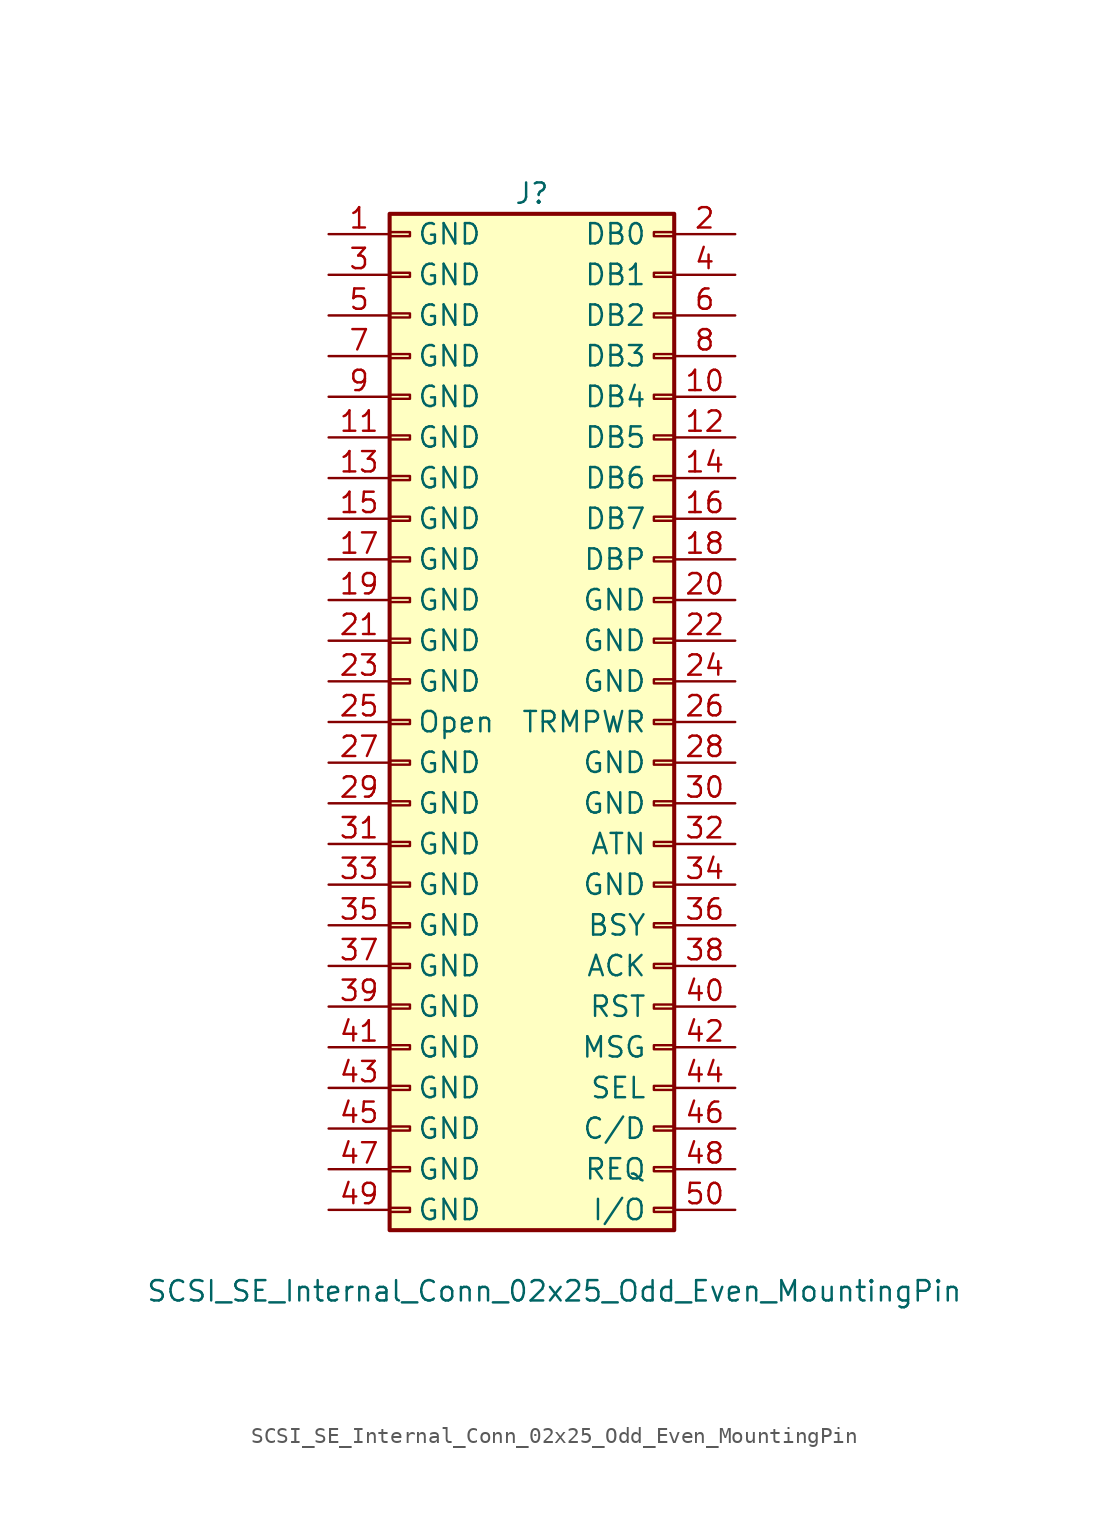
<source format=kicad_sym>
(kicad_symbol_lib
  (version 20211014)
  (generator kicad_symbol_editor)
  (symbol "SCSI_SE_Internal_Conn_02x25_Odd_Even_MountingPin"
    (pin_names
      (offset 1.7))
    (property "Reference" "J"
      (at 0 33.02 0)
      (effects (font (size 1.27 1.27))))
    (property "Value" "SCSI_SE_Internal_Conn_02x25_Odd_Even_MountingPin"
      (at -24.13 -35.56 0)
      (effects (font (size 1.27 1.27)) (justify left)))
    (symbol "SCSI_SE_Internal_Conn_02x25_Odd_Even_MountingPin_1_1"
      (rectangle (start -8.89 -30.353) (end -7.62 -30.607) (stroke (width 0.152) (type default) (color 0 0 0 0)) (fill (type none)))
      (rectangle (start -8.89 -27.813) (end -7.62 -28.067) (stroke (width 0.152) (type default) (color 0 0 0 0)) (fill (type none)))
      (rectangle (start -8.89 -25.273) (end -7.62 -25.527) (stroke (width 0.152) (type default) (color 0 0 0 0)) (fill (type none)))
      (rectangle (start -8.89 -22.733) (end -7.62 -22.987) (stroke (width 0.152) (type default) (color 0 0 0 0)) (fill (type none)))
      (rectangle (start -8.89 -20.193) (end -7.62 -20.447) (stroke (width 0.152) (type default) (color 0 0 0 0)) (fill (type none)))
      (rectangle (start -8.89 -17.653) (end -7.62 -17.907) (stroke (width 0.152) (type default) (color 0 0 0 0)) (fill (type none)))
      (rectangle (start -8.89 -15.113) (end -7.62 -15.367) (stroke (width 0.152) (type default) (color 0 0 0 0)) (fill (type none)))
      (rectangle (start -8.89 -12.573) (end -7.62 -12.827) (stroke (width 0.152) (type default) (color 0 0 0 0)) (fill (type none)))
      (rectangle (start -8.89 -10.033) (end -7.62 -10.287) (stroke (width 0.152) (type default) (color 0 0 0 0)) (fill (type none)))
      (rectangle (start -8.89 -7.493) (end -7.62 -7.747) (stroke (width 0.152) (type default) (color 0 0 0 0)) (fill (type none)))
      (rectangle (start -8.89 -4.953) (end -7.62 -5.207) (stroke (width 0.152) (type default) (color 0 0 0 0)) (fill (type none)))
      (rectangle (start -8.89 -2.413) (end -7.62 -2.667) (stroke (width 0.152) (type default) (color 0 0 0 0)) (fill (type none)))
      (rectangle (start -8.89 0.127) (end -7.62 -0.127) (stroke (width 0.152) (type default) (color 0 0 0 0)) (fill (type none)))
      (rectangle (start -8.89 2.667) (end -7.62 2.413) (stroke (width 0.152) (type default) (color 0 0 0 0)) (fill (type none)))
      (rectangle (start -8.89 5.207) (end -7.62 4.953) (stroke (width 0.152) (type default) (color 0 0 0 0)) (fill (type none)))
      (rectangle (start -8.89 7.747) (end -7.62 7.493) (stroke (width 0.152) (type default) (color 0 0 0 0)) (fill (type none)))
      (rectangle (start -8.89 10.287) (end -7.62 10.033) (stroke (width 0.152) (type default) (color 0 0 0 0)) (fill (type none)))
      (rectangle (start -8.89 12.827) (end -7.62 12.573) (stroke (width 0.152) (type default) (color 0 0 0 0)) (fill (type none)))
      (rectangle (start -8.89 15.367) (end -7.62 15.113) (stroke (width 0.152) (type default) (color 0 0 0 0)) (fill (type none)))
      (rectangle (start -8.89 17.907) (end -7.62 17.653) (stroke (width 0.152) (type default) (color 0 0 0 0)) (fill (type none)))
      (rectangle (start -8.89 20.447) (end -7.62 20.193) (stroke (width 0.152) (type default) (color 0 0 0 0)) (fill (type none)))
      (rectangle (start -8.89 22.987) (end -7.62 22.733) (stroke (width 0.152) (type default) (color 0 0 0 0)) (fill (type none)))
      (rectangle (start -8.89 25.527) (end -7.62 25.273) (stroke (width 0.152) (type default) (color 0 0 0 0)) (fill (type none)))
      (rectangle (start -8.89 28.067) (end -7.62 27.813) (stroke (width 0.152) (type default) (color 0 0 0 0)) (fill (type none)))
      (rectangle (start -8.89 30.607) (end -7.62 30.353) (stroke (width 0.152) (type default) (color 0 0 0 0)) (fill (type none)))
      (rectangle (start -8.89 31.75) (end 8.89 -31.75) (stroke (width 0.254) (type default) (color 0 0 0 0)) (fill (type background)))
      (rectangle (start 8.89 -30.353) (end 7.62 -30.607) (stroke (width 0.152) (type default) (color 0 0 0 0)) (fill (type none)))
      (rectangle (start 8.89 -27.813) (end 7.62 -28.067) (stroke (width 0.152) (type default) (color 0 0 0 0)) (fill (type none)))
      (rectangle (start 8.89 -25.273) (end 7.62 -25.527) (stroke (width 0.152) (type default) (color 0 0 0 0)) (fill (type none)))
      (rectangle (start 8.89 -22.733) (end 7.62 -22.987) (stroke (width 0.152) (type default) (color 0 0 0 0)) (fill (type none)))
      (rectangle (start 8.89 -20.193) (end 7.62 -20.447) (stroke (width 0.152) (type default) (color 0 0 0 0)) (fill (type none)))
      (rectangle (start 8.89 -17.653) (end 7.62 -17.907) (stroke (width 0.152) (type default) (color 0 0 0 0)) (fill (type none)))
      (rectangle (start 8.89 -15.113) (end 7.62 -15.367) (stroke (width 0.152) (type default) (color 0 0 0 0)) (fill (type none)))
      (rectangle (start 8.89 -12.573) (end 7.62 -12.827) (stroke (width 0.152) (type default) (color 0 0 0 0)) (fill (type none)))
      (rectangle (start 8.89 -10.033) (end 7.62 -10.287) (stroke (width 0.152) (type default) (color 0 0 0 0)) (fill (type none)))
      (rectangle (start 8.89 -7.493) (end 7.62 -7.747) (stroke (width 0.152) (type default) (color 0 0 0 0)) (fill (type none)))
      (rectangle (start 8.89 -4.953) (end 7.62 -5.207) (stroke (width 0.152) (type default) (color 0 0 0 0)) (fill (type none)))
      (rectangle (start 8.89 -2.413) (end 7.62 -2.667) (stroke (width 0.152) (type default) (color 0 0 0 0)) (fill (type none)))
      (rectangle (start 8.89 0.127) (end 7.62 -0.127) (stroke (width 0.152) (type default) (color 0 0 0 0)) (fill (type none)))
      (rectangle (start 8.89 2.667) (end 7.62 2.413) (stroke (width 0.152) (type default) (color 0 0 0 0)) (fill (type none)))
      (rectangle (start 8.89 5.207) (end 7.62 4.953) (stroke (width 0.152) (type default) (color 0 0 0 0)) (fill (type none)))
      (rectangle (start 8.89 7.747) (end 7.62 7.493) (stroke (width 0.152) (type default) (color 0 0 0 0)) (fill (type none)))
      (rectangle (start 8.89 10.287) (end 7.62 10.033) (stroke (width 0.152) (type default) (color 0 0 0 0)) (fill (type none)))
      (rectangle (start 8.89 12.827) (end 7.62 12.573) (stroke (width 0.152) (type default) (color 0 0 0 0)) (fill (type none)))
      (rectangle (start 8.89 15.367) (end 7.62 15.113) (stroke (width 0.152) (type default) (color 0 0 0 0)) (fill (type none)))
      (rectangle (start 8.89 17.907) (end 7.62 17.653) (stroke (width 0.152) (type default) (color 0 0 0 0)) (fill (type none)))
      (rectangle (start 8.89 20.447) (end 7.62 20.193) (stroke (width 0.152) (type default) (color 0 0 0 0)) (fill (type none)))
      (rectangle (start 8.89 22.987) (end 7.62 22.733) (stroke (width 0.152) (type default) (color 0 0 0 0)) (fill (type none)))
      (rectangle (start 8.89 25.527) (end 7.62 25.273) (stroke (width 0.152) (type default) (color 0 0 0 0)) (fill (type none)))
      (rectangle (start 8.89 28.067) (end 7.62 27.813) (stroke (width 0.152) (type default) (color 0 0 0 0)) (fill (type none)))
      (rectangle (start 8.89 30.607) (end 7.62 30.353) (stroke (width 0.152) (type default) (color 0 0 0 0)) (fill (type none)))
      (pin passive line (at -12.7 30.48 0) (length 3.81) (name "GND" (effects (font (size 1.27 1.27)))) (number "1" (effects (font (size 1.27 1.27)))))
      (pin bidirectional line (at 12.7 20.32 180) (length 3.81) (name "DB4" (effects (font (size 1.27 1.27)))) (number "10" (effects (font (size 1.27 1.27)))))
      (pin passive line (at -12.7 17.78 0) (length 3.81) (name "GND" (effects (font (size 1.27 1.27)))) (number "11" (effects (font (size 1.27 1.27)))))
      (pin bidirectional line (at 12.7 17.78 180) (length 3.81) (name "DB5" (effects (font (size 1.27 1.27)))) (number "12" (effects (font (size 1.27 1.27)))))
      (pin passive line (at -12.7 15.24 0) (length 3.81) (name "GND" (effects (font (size 1.27 1.27)))) (number "13" (effects (font (size 1.27 1.27)))))
      (pin bidirectional line (at 12.7 15.24 180) (length 3.81) (name "DB6" (effects (font (size 1.27 1.27)))) (number "14" (effects (font (size 1.27 1.27)))))
      (pin passive line (at -12.7 12.7 0) (length 3.81) (name "GND" (effects (font (size 1.27 1.27)))) (number "15" (effects (font (size 1.27 1.27)))))
      (pin bidirectional line (at 12.7 12.7 180) (length 3.81) (name "DB7" (effects (font (size 1.27 1.27)))) (number "16" (effects (font (size 1.27 1.27)))))
      (pin passive line (at -12.7 10.16 0) (length 3.81) (name "GND" (effects (font (size 1.27 1.27)))) (number "17" (effects (font (size 1.27 1.27)))))
      (pin bidirectional line (at 12.7 10.16 180) (length 3.81) (name "DBP" (effects (font (size 1.27 1.27)))) (number "18" (effects (font (size 1.27 1.27)))))
      (pin passive line (at -12.7 7.62 0) (length 3.81) (name "GND" (effects (font (size 1.27 1.27)))) (number "19" (effects (font (size 1.27 1.27)))))
      (pin bidirectional line (at 12.7 30.48 180) (length 3.81) (name "DB0" (effects (font (size 1.27 1.27)))) (number "2" (effects (font (size 1.27 1.27)))))
      (pin passive line (at 12.7 7.62 180) (length 3.81) (name "GND" (effects (font (size 1.27 1.27)))) (number "20" (effects (font (size 1.27 1.27)))))
      (pin passive line (at -12.7 5.08 0) (length 3.81) (name "GND" (effects (font (size 1.27 1.27)))) (number "21" (effects (font (size 1.27 1.27)))))
      (pin passive line (at 12.7 5.08 180) (length 3.81) (name "GND" (effects (font (size 1.27 1.27)))) (number "22" (effects (font (size 1.27 1.27)))))
      (pin passive line (at -12.7 2.54 0) (length 3.81) (name "GND" (effects (font (size 1.27 1.27)))) (number "23" (effects (font (size 1.27 1.27)))))
      (pin passive line (at 12.7 2.54 180) (length 3.81) (name "GND" (effects (font (size 1.27 1.27)))) (number "24" (effects (font (size 1.27 1.27)))))
      (pin passive line (at -12.7 0 0) (length 3.81) (name "Open" (effects (font (size 1.27 1.27)))) (number "25" (effects (font (size 1.27 1.27)))))
      (pin bidirectional line (at 12.7 0 180) (length 3.81) (name "TRMPWR" (effects (font (size 1.27 1.27)))) (number "26" (effects (font (size 1.27 1.27)))))
      (pin passive line (at -12.7 -2.54 0) (length 3.81) (name "GND" (effects (font (size 1.27 1.27)))) (number "27" (effects (font (size 1.27 1.27)))))
      (pin passive line (at 12.7 -2.54 180) (length 3.81) (name "GND" (effects (font (size 1.27 1.27)))) (number "28" (effects (font (size 1.27 1.27)))))
      (pin passive line (at -12.7 -5.08 0) (length 3.81) (name "GND" (effects (font (size 1.27 1.27)))) (number "29" (effects (font (size 1.27 1.27)))))
      (pin passive line (at -12.7 27.94 0) (length 3.81) (name "GND" (effects (font (size 1.27 1.27)))) (number "3" (effects (font (size 1.27 1.27)))))
      (pin bidirectional line (at 12.7 -5.08 180) (length 3.81) (name "GND" (effects (font (size 1.27 1.27)))) (number "30" (effects (font (size 1.27 1.27)))))
      (pin passive line (at -12.7 -7.62 0) (length 3.81) (name "GND" (effects (font (size 1.27 1.27)))) (number "31" (effects (font (size 1.27 1.27)))))
      (pin input line (at 12.7 -7.62 180) (length 3.81) (name "ATN" (effects (font (size 1.27 1.27)))) (number "32" (effects (font (size 1.27 1.27)))))
      (pin passive line (at -12.7 -10.16 0) (length 3.81) (name "GND" (effects (font (size 1.27 1.27)))) (number "33" (effects (font (size 1.27 1.27)))))
      (pin passive line (at 12.7 -10.16 180) (length 3.81) (name "GND" (effects (font (size 1.27 1.27)))) (number "34" (effects (font (size 1.27 1.27)))))
      (pin passive line (at -12.7 -12.7 0) (length 3.81) (name "GND" (effects (font (size 1.27 1.27)))) (number "35" (effects (font (size 1.27 1.27)))))
      (pin bidirectional line (at 12.7 -12.7 180) (length 3.81) (name "BSY" (effects (font (size 1.27 1.27)))) (number "36" (effects (font (size 1.27 1.27)))))
      (pin passive line (at -12.7 -15.24 0) (length 3.81) (name "GND" (effects (font (size 1.27 1.27)))) (number "37" (effects (font (size 1.27 1.27)))))
      (pin input line (at 12.7 -15.24 180) (length 3.81) (name "ACK" (effects (font (size 1.27 1.27)))) (number "38" (effects (font (size 1.27 1.27)))))
      (pin passive line (at -12.7 -17.78 0) (length 3.81) (name "GND" (effects (font (size 1.27 1.27)))) (number "39" (effects (font (size 1.27 1.27)))))
      (pin bidirectional line (at 12.7 27.94 180) (length 3.81) (name "DB1" (effects (font (size 1.27 1.27)))) (number "4" (effects (font (size 1.27 1.27)))))
      (pin bidirectional line (at 12.7 -17.78 180) (length 3.81) (name "RST" (effects (font (size 1.27 1.27)))) (number "40" (effects (font (size 1.27 1.27)))))
      (pin passive line (at -12.7 -20.32 0) (length 3.81) (name "GND" (effects (font (size 1.27 1.27)))) (number "41" (effects (font (size 1.27 1.27)))))
      (pin output line (at 12.7 -20.32 180) (length 3.81) (name "MSG" (effects (font (size 1.27 1.27)))) (number "42" (effects (font (size 1.27 1.27)))))
      (pin passive line (at -12.7 -22.86 0) (length 3.81) (name "GND" (effects (font (size 1.27 1.27)))) (number "43" (effects (font (size 1.27 1.27)))))
      (pin bidirectional line (at 12.7 -22.86 180) (length 3.81) (name "SEL" (effects (font (size 1.27 1.27)))) (number "44" (effects (font (size 1.27 1.27)))))
      (pin passive line (at -12.7 -25.4 0) (length 3.81) (name "GND" (effects (font (size 1.27 1.27)))) (number "45" (effects (font (size 1.27 1.27)))))
      (pin output line (at 12.7 -25.4 180) (length 3.81) (name "C/D" (effects (font (size 1.27 1.27)))) (number "46" (effects (font (size 1.27 1.27)))))
      (pin passive line (at -12.7 -27.94 0) (length 3.81) (name "GND" (effects (font (size 1.27 1.27)))) (number "47" (effects (font (size 1.27 1.27)))))
      (pin output line (at 12.7 -27.94 180) (length 3.81) (name "REQ" (effects (font (size 1.27 1.27)))) (number "48" (effects (font (size 1.27 1.27)))))
      (pin passive line (at -12.7 -30.48 0) (length 3.81) (name "GND" (effects (font (size 1.27 1.27)))) (number "49" (effects (font (size 1.27 1.27)))))
      (pin passive line (at -12.7 25.4 0) (length 3.81) (name "GND" (effects (font (size 1.27 1.27)))) (number "5" (effects (font (size 1.27 1.27)))))
      (pin bidirectional line (at 12.7 -30.48 180) (length 3.81) (name "I/O" (effects (font (size 1.27 1.27)))) (number "50" (effects (font (size 1.27 1.27)))))
      (pin bidirectional line (at 12.7 25.4 180) (length 3.81) (name "DB2" (effects (font (size 1.27 1.27)))) (number "6" (effects (font (size 1.27 1.27)))))
      (pin passive line (at -12.7 22.86 0) (length 3.81) (name "GND" (effects (font (size 1.27 1.27)))) (number "7" (effects (font (size 1.27 1.27)))))
      (pin bidirectional line (at 12.7 22.86 180) (length 3.81) (name "DB3" (effects (font (size 1.27 1.27)))) (number "8" (effects (font (size 1.27 1.27)))))
      (pin passive line (at -12.7 20.32 0) (length 3.81) (name "GND" (effects (font (size 1.27 1.27)))) (number "9" (effects (font (size 1.27 1.27))))))))
</source>
